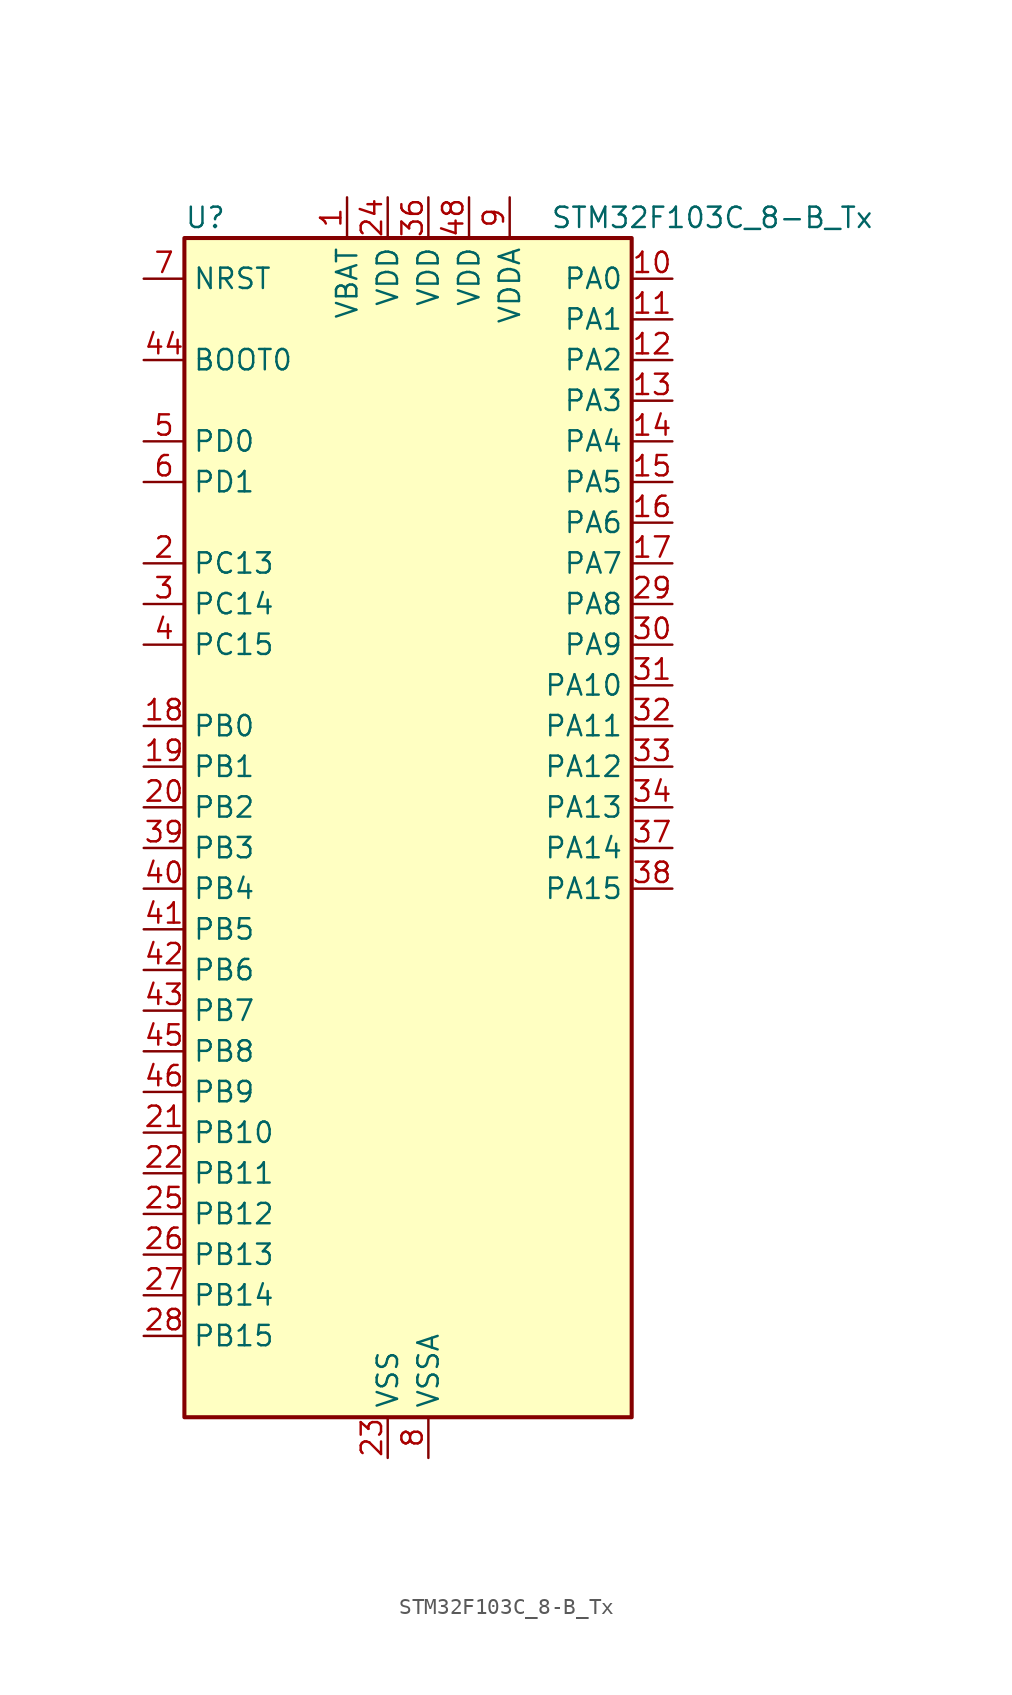
<source format=kicad_sym>
(kicad_symbol_lib
  (version 20220914)
  (generator kicad_symbol_editor)
  (symbol "STM32F103C_8-B_Tx"
    (property "Reference" "U"
      (at -12.7 39.37 0)
      (effects (font (size 1.27 1.27)) (justify left)))
    (property "Value" "STM32F103C_8-B_Tx"
      (at 10.16 39.37 0)
      (effects (font (size 1.27 1.27)) (justify left)))
    (property "ki_locked" ""
      (at 0 0 0)
      (effects (font (size 1.27 1.27))))
    (symbol "STM32F103C_8-B_Tx_0_1"
      (rectangle (start -12.7 -35.56) (end 15.24 38.1) (stroke (width 0.254) (type default)) (fill (type background))))
    (symbol "STM32F103C_8-B_Tx_1_1"
      (pin power_in line (at -2.54 40.64 270) (length 2.54) (name "VBAT" (effects (font (size 1.27 1.27)))) (number "1" (effects (font (size 1.27 1.27)))))
      (pin bidirectional line (at 17.78 35.56 180) (length 2.54) (name "PA0" (effects (font (size 1.27 1.27)))) (number "10" (effects (font (size 1.27 1.27)))) (alternate "ADC1_IN0" bidirectional line) (alternate "ADC2_IN0" bidirectional line) (alternate "SYS_WKUP" bidirectional line) (alternate "TIM2_CH1" bidirectional line) (alternate "TIM2_ETR" bidirectional line) (alternate "USART2_CTS" bidirectional line))
      (pin bidirectional line (at 17.78 33.02 180) (length 2.54) (name "PA1" (effects (font (size 1.27 1.27)))) (number "11" (effects (font (size 1.27 1.27)))) (alternate "ADC1_IN1" bidirectional line) (alternate "ADC2_IN1" bidirectional line) (alternate "TIM2_CH2" bidirectional line) (alternate "USART2_RTS" bidirectional line))
      (pin bidirectional line (at 17.78 30.48 180) (length 2.54) (name "PA2" (effects (font (size 1.27 1.27)))) (number "12" (effects (font (size 1.27 1.27)))) (alternate "ADC1_IN2" bidirectional line) (alternate "ADC2_IN2" bidirectional line) (alternate "TIM2_CH3" bidirectional line) (alternate "USART2_TX" bidirectional line))
      (pin bidirectional line (at 17.78 27.94 180) (length 2.54) (name "PA3" (effects (font (size 1.27 1.27)))) (number "13" (effects (font (size 1.27 1.27)))) (alternate "ADC1_IN3" bidirectional line) (alternate "ADC2_IN3" bidirectional line) (alternate "TIM2_CH4" bidirectional line) (alternate "USART2_RX" bidirectional line))
      (pin bidirectional line (at 17.78 25.4 180) (length 2.54) (name "PA4" (effects (font (size 1.27 1.27)))) (number "14" (effects (font (size 1.27 1.27)))) (alternate "ADC1_IN4" bidirectional line) (alternate "ADC2_IN4" bidirectional line) (alternate "SPI1_NSS" bidirectional line) (alternate "USART2_CK" bidirectional line))
      (pin bidirectional line (at 17.78 22.86 180) (length 2.54) (name "PA5" (effects (font (size 1.27 1.27)))) (number "15" (effects (font (size 1.27 1.27)))) (alternate "ADC1_IN5" bidirectional line) (alternate "ADC2_IN5" bidirectional line) (alternate "SPI1_SCK" bidirectional line))
      (pin bidirectional line (at 17.78 20.32 180) (length 2.54) (name "PA6" (effects (font (size 1.27 1.27)))) (number "16" (effects (font (size 1.27 1.27)))) (alternate "ADC1_IN6" bidirectional line) (alternate "ADC2_IN6" bidirectional line) (alternate "SPI1_MISO" bidirectional line) (alternate "TIM1_BKIN" bidirectional line) (alternate "TIM3_CH1" bidirectional line))
      (pin bidirectional line (at 17.78 17.78 180) (length 2.54) (name "PA7" (effects (font (size 1.27 1.27)))) (number "17" (effects (font (size 1.27 1.27)))) (alternate "ADC1_IN7" bidirectional line) (alternate "ADC2_IN7" bidirectional line) (alternate "SPI1_MOSI" bidirectional line) (alternate "TIM1_CH1N" bidirectional line) (alternate "TIM3_CH2" bidirectional line))
      (pin bidirectional line (at -15.24 7.62 0) (length 2.54) (name "PB0" (effects (font (size 1.27 1.27)))) (number "18" (effects (font (size 1.27 1.27)))) (alternate "ADC1_IN8" bidirectional line) (alternate "ADC2_IN8" bidirectional line) (alternate "TIM1_CH2N" bidirectional line) (alternate "TIM3_CH3" bidirectional line))
      (pin bidirectional line (at -15.24 5.08 0) (length 2.54) (name "PB1" (effects (font (size 1.27 1.27)))) (number "19" (effects (font (size 1.27 1.27)))) (alternate "ADC1_IN9" bidirectional line) (alternate "ADC2_IN9" bidirectional line) (alternate "TIM1_CH3N" bidirectional line) (alternate "TIM3_CH4" bidirectional line))
      (pin bidirectional line (at -15.24 17.78 0) (length 2.54) (name "PC13" (effects (font (size 1.27 1.27)))) (number "2" (effects (font (size 1.27 1.27)))) (alternate "RTC_OUT" bidirectional line) (alternate "RTC_TAMPER" bidirectional line))
      (pin bidirectional line (at -15.24 2.54 0) (length 2.54) (name "PB2" (effects (font (size 1.27 1.27)))) (number "20" (effects (font (size 1.27 1.27)))))
      (pin bidirectional line (at -15.24 -17.78 0) (length 2.54) (name "PB10" (effects (font (size 1.27 1.27)))) (number "21" (effects (font (size 1.27 1.27)))) (alternate "I2C2_SCL" bidirectional line) (alternate "TIM2_CH3" bidirectional line) (alternate "USART3_TX" bidirectional line))
      (pin bidirectional line (at -15.24 -20.32 0) (length 2.54) (name "PB11" (effects (font (size 1.27 1.27)))) (number "22" (effects (font (size 1.27 1.27)))) (alternate "ADC1_EXTI11" bidirectional line) (alternate "ADC2_EXTI11" bidirectional line) (alternate "I2C2_SDA" bidirectional line) (alternate "TIM2_CH4" bidirectional line) (alternate "USART3_RX" bidirectional line))
      (pin power_in line (at 0 -38.1 90) (length 2.54) (name "VSS" (effects (font (size 1.27 1.27)))) (number "23" (effects (font (size 1.27 1.27)))))
      (pin power_in line (at 0 40.64 270) (length 2.54) (name "VDD" (effects (font (size 1.27 1.27)))) (number "24" (effects (font (size 1.27 1.27)))))
      (pin bidirectional line (at -15.24 -22.86 0) (length 2.54) (name "PB12" (effects (font (size 1.27 1.27)))) (number "25" (effects (font (size 1.27 1.27)))) (alternate "I2C2_SMBA" bidirectional line) (alternate "SPI2_NSS" bidirectional line) (alternate "TIM1_BKIN" bidirectional line) (alternate "USART3_CK" bidirectional line))
      (pin bidirectional line (at -15.24 -25.4 0) (length 2.54) (name "PB13" (effects (font (size 1.27 1.27)))) (number "26" (effects (font (size 1.27 1.27)))) (alternate "SPI2_SCK" bidirectional line) (alternate "TIM1_CH1N" bidirectional line) (alternate "USART3_CTS" bidirectional line))
      (pin bidirectional line (at -15.24 -27.94 0) (length 2.54) (name "PB14" (effects (font (size 1.27 1.27)))) (number "27" (effects (font (size 1.27 1.27)))) (alternate "SPI2_MISO" bidirectional line) (alternate "TIM1_CH2N" bidirectional line) (alternate "USART3_RTS" bidirectional line))
      (pin bidirectional line (at -15.24 -30.48 0) (length 2.54) (name "PB15" (effects (font (size 1.27 1.27)))) (number "28" (effects (font (size 1.27 1.27)))) (alternate "ADC1_EXTI15" bidirectional line) (alternate "ADC2_EXTI15" bidirectional line) (alternate "SPI2_MOSI" bidirectional line) (alternate "TIM1_CH3N" bidirectional line))
      (pin bidirectional line (at 17.78 15.24 180) (length 2.54) (name "PA8" (effects (font (size 1.27 1.27)))) (number "29" (effects (font (size 1.27 1.27)))) (alternate "RCC_MCO" bidirectional line) (alternate "TIM1_CH1" bidirectional line) (alternate "USART1_CK" bidirectional line))
      (pin bidirectional line (at -15.24 15.24 0) (length 2.54) (name "PC14" (effects (font (size 1.27 1.27)))) (number "3" (effects (font (size 1.27 1.27)))) (alternate "RCC_OSC32_IN" bidirectional line))
      (pin bidirectional line (at 17.78 12.7 180) (length 2.54) (name "PA9" (effects (font (size 1.27 1.27)))) (number "30" (effects (font (size 1.27 1.27)))) (alternate "TIM1_CH2" bidirectional line) (alternate "USART1_TX" bidirectional line))
      (pin bidirectional line (at 17.78 10.16 180) (length 2.54) (name "PA10" (effects (font (size 1.27 1.27)))) (number "31" (effects (font (size 1.27 1.27)))) (alternate "TIM1_CH3" bidirectional line) (alternate "USART1_RX" bidirectional line))
      (pin bidirectional line (at 17.78 7.62 180) (length 2.54) (name "PA11" (effects (font (size 1.27 1.27)))) (number "32" (effects (font (size 1.27 1.27)))) (alternate "ADC1_EXTI11" bidirectional line) (alternate "ADC2_EXTI11" bidirectional line) (alternate "CAN_RX" bidirectional line) (alternate "TIM1_CH4" bidirectional line) (alternate "USART1_CTS" bidirectional line) (alternate "USB_DM" bidirectional line))
      (pin bidirectional line (at 17.78 5.08 180) (length 2.54) (name "PA12" (effects (font (size 1.27 1.27)))) (number "33" (effects (font (size 1.27 1.27)))) (alternate "CAN_TX" bidirectional line) (alternate "TIM1_ETR" bidirectional line) (alternate "USART1_RTS" bidirectional line) (alternate "USB_DP" bidirectional line))
      (pin bidirectional line (at 17.78 2.54 180) (length 2.54) (name "PA13" (effects (font (size 1.27 1.27)))) (number "34" (effects (font (size 1.27 1.27)))) (alternate "SYS_JTMS-SWDIO" bidirectional line))
      (pin passive line (at 0 -38.1 90) (length 2.54) hide (name "VSS" (effects (font (size 1.27 1.27)))) (number "35" (effects (font (size 1.27 1.27)))))
      (pin power_in line (at 2.54 40.64 270) (length 2.54) (name "VDD" (effects (font (size 1.27 1.27)))) (number "36" (effects (font (size 1.27 1.27)))))
      (pin bidirectional line (at 17.78 0 180) (length 2.54) (name "PA14" (effects (font (size 1.27 1.27)))) (number "37" (effects (font (size 1.27 1.27)))) (alternate "SYS_JTCK-SWCLK" bidirectional line))
      (pin bidirectional line (at 17.78 -2.54 180) (length 2.54) (name "PA15" (effects (font (size 1.27 1.27)))) (number "38" (effects (font (size 1.27 1.27)))) (alternate "ADC1_EXTI15" bidirectional line) (alternate "ADC2_EXTI15" bidirectional line) (alternate "SPI1_NSS" bidirectional line) (alternate "SYS_JTDI" bidirectional line) (alternate "TIM2_CH1" bidirectional line) (alternate "TIM2_ETR" bidirectional line))
      (pin bidirectional line (at -15.24 0 0) (length 2.54) (name "PB3" (effects (font (size 1.27 1.27)))) (number "39" (effects (font (size 1.27 1.27)))) (alternate "SPI1_SCK" bidirectional line) (alternate "SYS_JTDO-TRACESWO" bidirectional line) (alternate "TIM2_CH2" bidirectional line))
      (pin bidirectional line (at -15.24 12.7 0) (length 2.54) (name "PC15" (effects (font (size 1.27 1.27)))) (number "4" (effects (font (size 1.27 1.27)))) (alternate "ADC1_EXTI15" bidirectional line) (alternate "ADC2_EXTI15" bidirectional line) (alternate "RCC_OSC32_OUT" bidirectional line))
      (pin bidirectional line (at -15.24 -2.54 0) (length 2.54) (name "PB4" (effects (font (size 1.27 1.27)))) (number "40" (effects (font (size 1.27 1.27)))) (alternate "SPI1_MISO" bidirectional line) (alternate "SYS_NJTRST" bidirectional line) (alternate "TIM3_CH1" bidirectional line))
      (pin bidirectional line (at -15.24 -5.08 0) (length 2.54) (name "PB5" (effects (font (size 1.27 1.27)))) (number "41" (effects (font (size 1.27 1.27)))) (alternate "I2C1_SMBA" bidirectional line) (alternate "SPI1_MOSI" bidirectional line) (alternate "TIM3_CH2" bidirectional line))
      (pin bidirectional line (at -15.24 -7.62 0) (length 2.54) (name "PB6" (effects (font (size 1.27 1.27)))) (number "42" (effects (font (size 1.27 1.27)))) (alternate "I2C1_SCL" bidirectional line) (alternate "TIM4_CH1" bidirectional line) (alternate "USART1_TX" bidirectional line))
      (pin bidirectional line (at -15.24 -10.16 0) (length 2.54) (name "PB7" (effects (font (size 1.27 1.27)))) (number "43" (effects (font (size 1.27 1.27)))) (alternate "I2C1_SDA" bidirectional line) (alternate "TIM4_CH2" bidirectional line) (alternate "USART1_RX" bidirectional line))
      (pin input line (at -15.24 30.48 0) (length 2.54) (name "BOOT0" (effects (font (size 1.27 1.27)))) (number "44" (effects (font (size 1.27 1.27)))))
      (pin bidirectional line (at -15.24 -12.7 0) (length 2.54) (name "PB8" (effects (font (size 1.27 1.27)))) (number "45" (effects (font (size 1.27 1.27)))) (alternate "CAN_RX" bidirectional line) (alternate "I2C1_SCL" bidirectional line) (alternate "TIM4_CH3" bidirectional line))
      (pin bidirectional line (at -15.24 -15.24 0) (length 2.54) (name "PB9" (effects (font (size 1.27 1.27)))) (number "46" (effects (font (size 1.27 1.27)))) (alternate "CAN_TX" bidirectional line) (alternate "I2C1_SDA" bidirectional line) (alternate "TIM4_CH4" bidirectional line))
      (pin passive line (at 0 -38.1 90) (length 2.54) hide (name "VSS" (effects (font (size 1.27 1.27)))) (number "47" (effects (font (size 1.27 1.27)))))
      (pin power_in line (at 5.08 40.64 270) (length 2.54) (name "VDD" (effects (font (size 1.27 1.27)))) (number "48" (effects (font (size 1.27 1.27)))))
      (pin bidirectional line (at -15.24 25.4 0) (length 2.54) (name "PD0" (effects (font (size 1.27 1.27)))) (number "5" (effects (font (size 1.27 1.27)))) (alternate "RCC_OSC_IN" bidirectional line))
      (pin bidirectional line (at -15.24 22.86 0) (length 2.54) (name "PD1" (effects (font (size 1.27 1.27)))) (number "6" (effects (font (size 1.27 1.27)))) (alternate "RCC_OSC_OUT" bidirectional line))
      (pin input line (at -15.24 35.56 0) (length 2.54) (name "NRST" (effects (font (size 1.27 1.27)))) (number "7" (effects (font (size 1.27 1.27)))))
      (pin power_in line (at 2.54 -38.1 90) (length 2.54) (name "VSSA" (effects (font (size 1.27 1.27)))) (number "8" (effects (font (size 1.27 1.27)))))
      (pin power_in line (at 7.62 40.64 270) (length 2.54) (name "VDDA" (effects (font (size 1.27 1.27)))) (number "9" (effects (font (size 1.27 1.27))))))))
</source>
